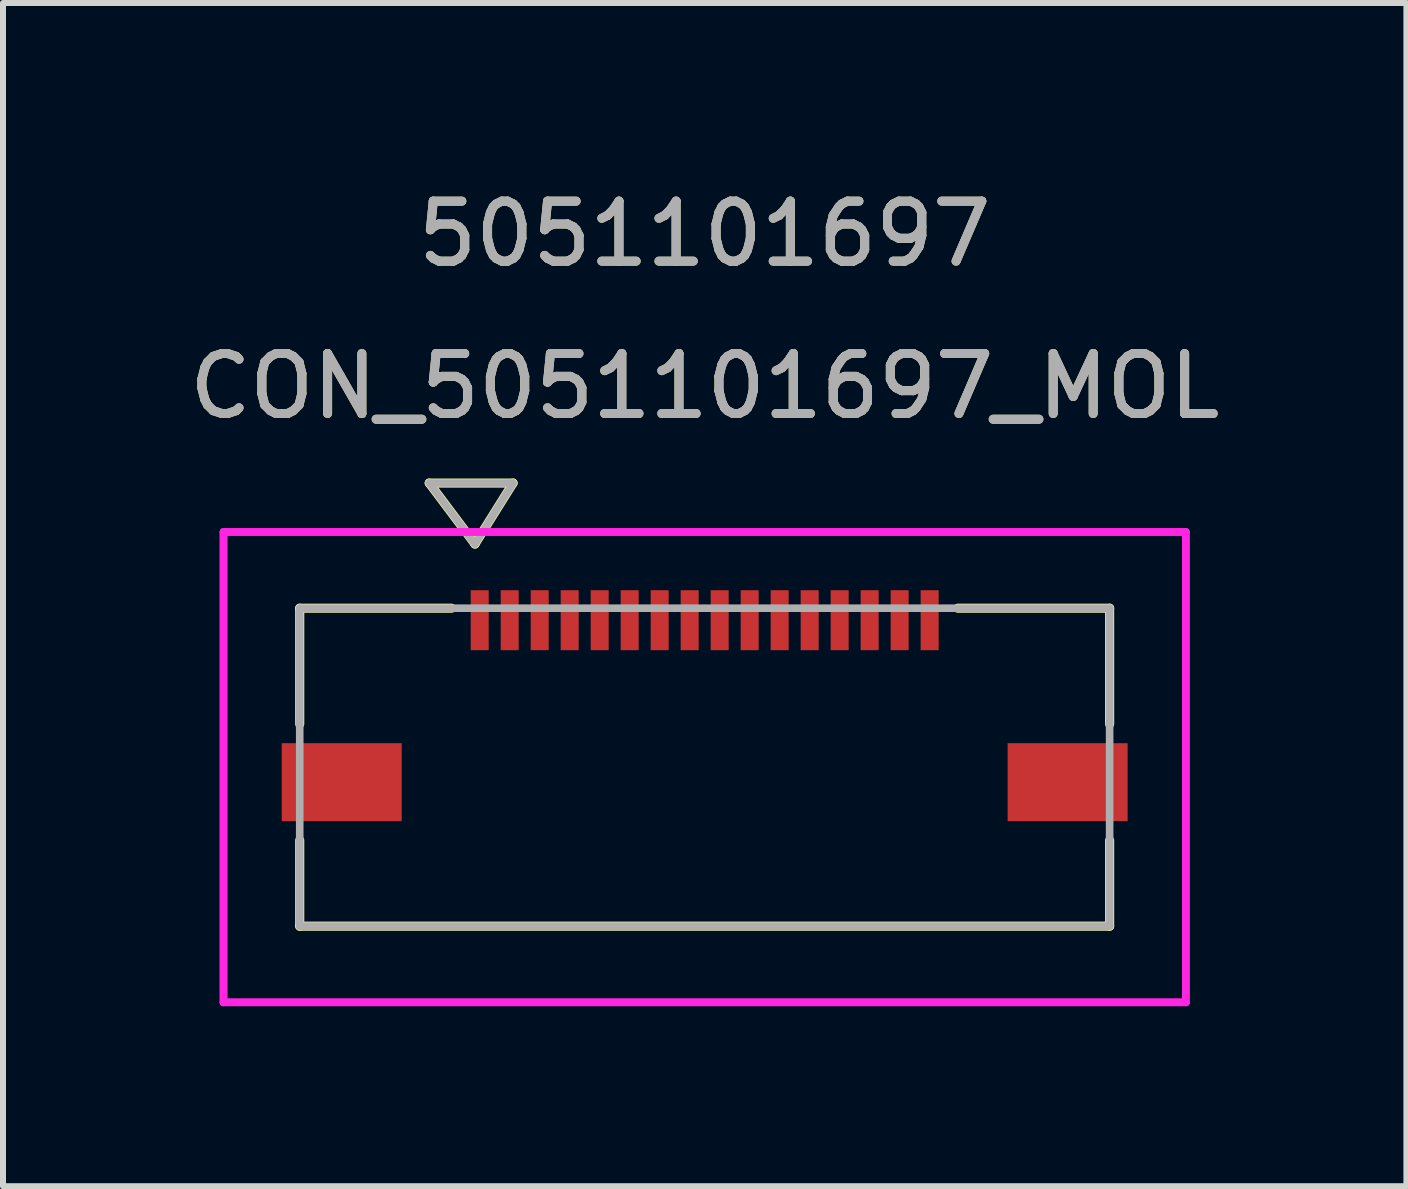
<source format=kicad_pcb>
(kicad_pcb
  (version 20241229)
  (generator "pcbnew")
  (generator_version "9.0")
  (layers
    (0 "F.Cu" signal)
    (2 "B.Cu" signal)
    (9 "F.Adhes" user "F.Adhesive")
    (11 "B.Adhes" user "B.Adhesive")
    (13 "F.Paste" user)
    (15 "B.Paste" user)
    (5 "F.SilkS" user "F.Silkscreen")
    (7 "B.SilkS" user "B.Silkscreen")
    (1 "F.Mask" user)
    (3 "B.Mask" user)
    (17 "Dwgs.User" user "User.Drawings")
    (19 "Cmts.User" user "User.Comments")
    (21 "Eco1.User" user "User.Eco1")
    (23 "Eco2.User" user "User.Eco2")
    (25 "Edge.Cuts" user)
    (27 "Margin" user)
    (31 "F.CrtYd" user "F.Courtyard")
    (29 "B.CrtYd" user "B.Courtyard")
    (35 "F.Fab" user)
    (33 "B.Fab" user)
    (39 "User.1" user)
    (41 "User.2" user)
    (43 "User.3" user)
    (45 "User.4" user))
  (footprint "CON_5051101697_MOL"
    (layer "F.Cu")
    (at 8.696 9.738)
    (property "Reference" "CON_5051101697_MOL" (at 0 -6.35 0) (unlocked yes) (layer "F.SilkS") (effects (font (size 1 1) (thickness 0.15))))
    (attr smd)
    (fp_line (start -6.75 -2.65) (end -6.75 -0.72) (stroke (width 0.152) (type solid)) (layer "F.SilkS"))
    (fp_line (start -6.75 1.22) (end -6.75 2.65) (stroke (width 0.152) (type solid)) (layer "F.SilkS"))
    (fp_line (start -6.75 2.65) (end 6.75 2.65) (stroke (width 0.152) (type solid)) (layer "F.SilkS"))
    (fp_line (start -4.591 -4.736) (end -3.829 -3.72) (stroke (width 0.152) (type solid)) (layer "F.SilkS"))
    (fp_line (start -4.591 -4.736) (end -3.194 -4.736) (stroke (width 0.152) (type solid)) (layer "F.SilkS"))
    (fp_line (start -4.22 -2.65) (end -6.75 -2.65) (stroke (width 0.152) (type solid)) (layer "F.SilkS"))
    (fp_line (start -3.194 -4.736) (end -3.829 -3.72) (stroke (width 0.152) (type solid)) (layer "F.SilkS"))
    (fp_line (start 6.75 -2.65) (end 4.22 -2.65) (stroke (width 0.152) (type solid)) (layer "F.SilkS"))
    (fp_line (start 6.75 -0.72) (end 6.75 -2.65) (stroke (width 0.152) (type solid)) (layer "F.SilkS"))
    (fp_line (start 6.75 2.65) (end 6.75 1.22) (stroke (width 0.152) (type solid)) (layer "F.SilkS"))
    (fp_line (start -8.02 -3.92) (end -8.02 3.92) (stroke (width 0.127) (type solid)) (layer "F.CrtYd"))
    (fp_line (start -8.02 -3.92) (end -8.02 3.92) (stroke (width 0.127) (type solid)) (layer "F.CrtYd"))
    (fp_line (start -8.02 3.92) (end 8.02 3.92) (stroke (width 0.127) (type solid)) (layer "F.CrtYd"))
    (fp_line (start -8.02 3.92) (end 8.02 3.92) (stroke (width 0.127) (type solid)) (layer "F.CrtYd"))
    (fp_line (start 8.02 -3.92) (end -8.02 -3.92) (stroke (width 0.127) (type solid)) (layer "F.CrtYd"))
    (fp_line (start 8.02 -3.92) (end -8.02 -3.92) (stroke (width 0.127) (type solid)) (layer "F.CrtYd"))
    (fp_line (start 8.02 3.92) (end 8.02 -3.92) (stroke (width 0.127) (type solid)) (layer "F.CrtYd"))
    (fp_line (start 8.02 3.92) (end 8.02 -3.92) (stroke (width 0.127) (type solid)) (layer "F.CrtYd"))
    (fp_line (start -6.75 -2.65) (end -6.75 2.65) (stroke (width 0.127) (type solid)) (layer "F.Fab"))
    (fp_line (start -6.75 2.65) (end 6.75 2.65) (stroke (width 0.127) (type solid)) (layer "F.Fab"))
    (fp_line (start -4.591 -4.736) (end -3.829 -3.72) (stroke (width 0.127) (type solid)) (layer "F.Fab"))
    (fp_line (start -4.591 -4.736) (end -3.194 -4.736) (stroke (width 0.127) (type solid)) (layer "F.Fab"))
    (fp_line (start -3.194 -4.736) (end -3.829 -3.72) (stroke (width 0.127) (type solid)) (layer "F.Fab"))
    (fp_line (start 6.75 -2.65) (end -6.75 -2.65) (stroke (width 0.127) (type solid)) (layer "F.Fab"))
    (fp_line (start 6.75 2.65) (end 6.75 -2.65) (stroke (width 0.127) (type solid)) (layer "F.Fab"))
    (fp_text user "5051101697" (at 0 -8.89 0) (unlocked yes) (layer "F.SilkS") (effects (font (size 1 1) (thickness 0.15))))
    (fp_text user "${REFERENCE}" (at 0 -6.35 0) (unlocked yes) (layer "F.Fab") (effects (font (size 1 1) (thickness 0.15))))
    (fp_text user "5051101697" (at 0 -8.89 0) (unlocked yes) (layer "F.Fab") (effects (font (size 1 1) (thickness 0.15))))
    (pad "1" smd rect (at -3.75 -2.45) (size 0.3 1) (layers "F.Cu" "F.Mask" "F.Paste"))
    (pad "2" smd rect (at -3.25 -2.45) (size 0.3 1) (layers "F.Cu" "F.Mask" "F.Paste"))
    (pad "3" smd rect (at -2.75 -2.45) (size 0.3 1) (layers "F.Cu" "F.Mask" "F.Paste"))
    (pad "4" smd rect (at -2.25 -2.45) (size 0.3 1) (layers "F.Cu" "F.Mask" "F.Paste"))
    (pad "5" smd rect (at -1.75 -2.45) (size 0.3 1) (layers "F.Cu" "F.Mask" "F.Paste"))
    (pad "6" smd rect (at -1.25 -2.45) (size 0.3 1) (layers "F.Cu" "F.Mask" "F.Paste"))
    (pad "7" smd rect (at -0.75 -2.45) (size 0.3 1) (layers "F.Cu" "F.Mask" "F.Paste"))
    (pad "8" smd rect (at -0.25 -2.45) (size 0.3 1) (layers "F.Cu" "F.Mask" "F.Paste"))
    (pad "9" smd rect (at 0.25 -2.45) (size 0.3 1) (layers "F.Cu" "F.Mask" "F.Paste"))
    (pad "10" smd rect (at 0.75 -2.45) (size 0.3 1) (layers "F.Cu" "F.Mask" "F.Paste"))
    (pad "11" smd rect (at 1.25 -2.45) (size 0.3 1) (layers "F.Cu" "F.Mask" "F.Paste"))
    (pad "12" smd rect (at 1.75 -2.45) (size 0.3 1) (layers "F.Cu" "F.Mask" "F.Paste"))
    (pad "13" smd rect (at 2.25 -2.45) (size 0.3 1) (layers "F.Cu" "F.Mask" "F.Paste"))
    (pad "14" smd rect (at 2.75 -2.45) (size 0.3 1) (layers "F.Cu" "F.Mask" "F.Paste"))
    (pad "15" smd rect (at 3.25 -2.45) (size 0.3 1) (layers "F.Cu" "F.Mask" "F.Paste"))
    (pad "16" smd rect (at 3.75 -2.45) (size 0.3 1) (layers "F.Cu" "F.Mask" "F.Paste"))
    (pad "P1" smd rect (at -6.05 0.25) (size 2 1.3) (layers "F.Cu" "F.Mask" "F.Paste"))
    (pad "P2" smd rect (at 6.05 0.25) (size 2 1.3) (layers "F.Cu" "F.Mask" "F.Paste")))
  (gr_rect
    (start -3 -3)
    (end 20.393 16.722)
    (stroke (width 0.1) (type default))
    (fill no)
    (layer "Edge.Cuts")))
</source>
